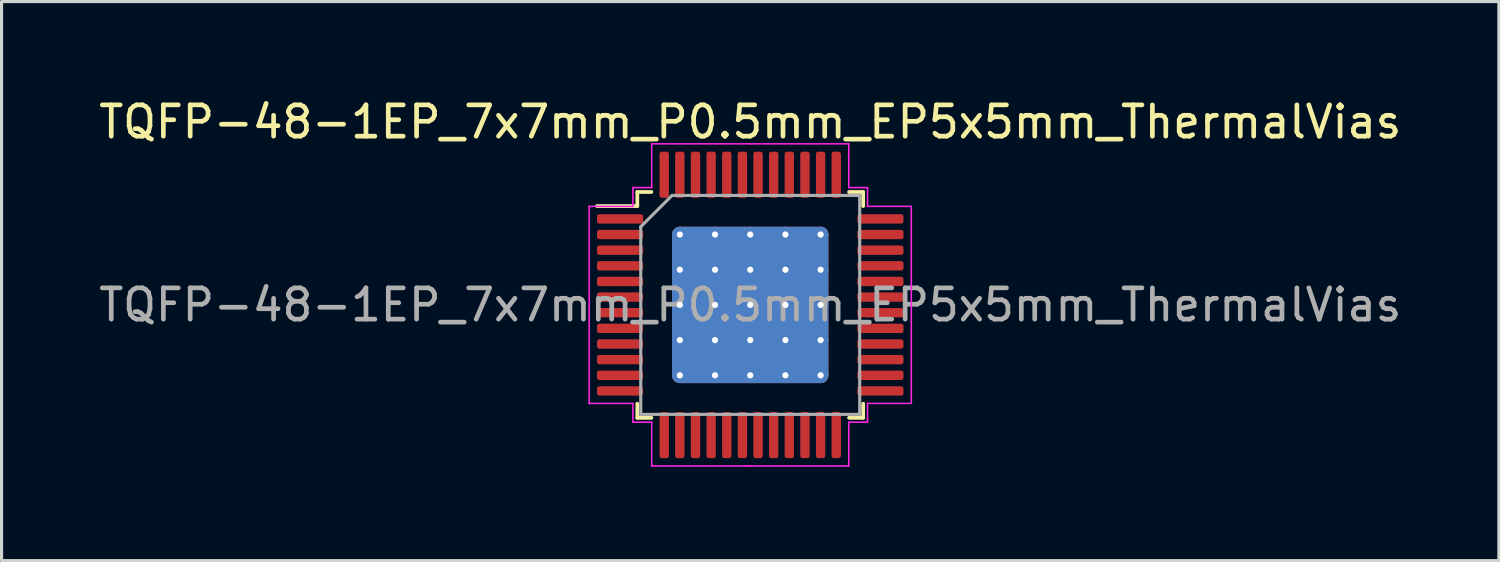
<source format=kicad_pcb>
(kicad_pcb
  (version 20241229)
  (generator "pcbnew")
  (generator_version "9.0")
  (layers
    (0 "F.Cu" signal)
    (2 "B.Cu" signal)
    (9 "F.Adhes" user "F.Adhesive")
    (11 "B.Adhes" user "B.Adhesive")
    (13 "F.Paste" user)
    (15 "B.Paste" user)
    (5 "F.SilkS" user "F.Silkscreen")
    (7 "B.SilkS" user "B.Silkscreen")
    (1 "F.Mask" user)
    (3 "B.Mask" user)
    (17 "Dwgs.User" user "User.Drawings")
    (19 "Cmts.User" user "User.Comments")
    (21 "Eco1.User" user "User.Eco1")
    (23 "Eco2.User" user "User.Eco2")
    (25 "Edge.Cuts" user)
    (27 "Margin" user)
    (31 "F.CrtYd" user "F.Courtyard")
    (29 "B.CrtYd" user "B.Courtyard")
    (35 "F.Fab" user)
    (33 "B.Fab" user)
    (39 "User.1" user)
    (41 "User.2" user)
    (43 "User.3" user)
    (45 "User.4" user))
  (footprint "TQFP-48-1EP_7x7mm_P0.5mm_EP5x5mm_ThermalVias"
    (layer "F.Cu")
    (at 20.935 6.698)
    (property "Reference" "TQFP-48-1EP_7x7mm_P0.5mm_EP5x5mm_ThermalVias" (at 0 -5.85 0) (layer "F.SilkS") (effects (font (size 1 1) (thickness 0.15))))
    (attr smd)
    (fp_line (start -3.61 -3.61) (end -3.61 -3.16) (stroke (width 0.12) (type solid)) (layer "F.SilkS"))
    (fp_line (start -3.61 -3.16) (end -4.9 -3.16) (stroke (width 0.12) (type solid)) (layer "F.SilkS"))
    (fp_line (start -3.61 3.61) (end -3.61 3.16) (stroke (width 0.12) (type solid)) (layer "F.SilkS"))
    (fp_line (start -3.16 -3.61) (end -3.61 -3.61) (stroke (width 0.12) (type solid)) (layer "F.SilkS"))
    (fp_line (start -3.16 3.61) (end -3.61 3.61) (stroke (width 0.12) (type solid)) (layer "F.SilkS"))
    (fp_line (start 3.16 -3.61) (end 3.61 -3.61) (stroke (width 0.12) (type solid)) (layer "F.SilkS"))
    (fp_line (start 3.16 3.61) (end 3.61 3.61) (stroke (width 0.12) (type solid)) (layer "F.SilkS"))
    (fp_line (start 3.61 -3.61) (end 3.61 -3.16) (stroke (width 0.12) (type solid)) (layer "F.SilkS"))
    (fp_line (start 3.61 3.61) (end 3.61 3.16) (stroke (width 0.12) (type solid)) (layer "F.SilkS"))
    (fp_line (start -5.15 -3.15) (end -5.15 0) (stroke (width 0.05) (type solid)) (layer "F.CrtYd"))
    (fp_line (start -5.15 3.15) (end -5.15 0) (stroke (width 0.05) (type solid)) (layer "F.CrtYd"))
    (fp_line (start -3.75 -3.75) (end -3.75 -3.15) (stroke (width 0.05) (type solid)) (layer "F.CrtYd"))
    (fp_line (start -3.75 -3.15) (end -5.15 -3.15) (stroke (width 0.05) (type solid)) (layer "F.CrtYd"))
    (fp_line (start -3.75 3.15) (end -5.15 3.15) (stroke (width 0.05) (type solid)) (layer "F.CrtYd"))
    (fp_line (start -3.75 3.75) (end -3.75 3.15) (stroke (width 0.05) (type solid)) (layer "F.CrtYd"))
    (fp_line (start -3.15 -5.15) (end -3.15 -3.75) (stroke (width 0.05) (type solid)) (layer "F.CrtYd"))
    (fp_line (start -3.15 -3.75) (end -3.75 -3.75) (stroke (width 0.05) (type solid)) (layer "F.CrtYd"))
    (fp_line (start -3.15 3.75) (end -3.75 3.75) (stroke (width 0.05) (type solid)) (layer "F.CrtYd"))
    (fp_line (start -3.15 5.15) (end -3.15 3.75) (stroke (width 0.05) (type solid)) (layer "F.CrtYd"))
    (fp_line (start 0 -5.15) (end -3.15 -5.15) (stroke (width 0.05) (type solid)) (layer "F.CrtYd"))
    (fp_line (start 0 -5.15) (end 3.15 -5.15) (stroke (width 0.05) (type solid)) (layer "F.CrtYd"))
    (fp_line (start 0 5.15) (end -3.15 5.15) (stroke (width 0.05) (type solid)) (layer "F.CrtYd"))
    (fp_line (start 0 5.15) (end 3.15 5.15) (stroke (width 0.05) (type solid)) (layer "F.CrtYd"))
    (fp_line (start 3.15 -5.15) (end 3.15 -3.75) (stroke (width 0.05) (type solid)) (layer "F.CrtYd"))
    (fp_line (start 3.15 -3.75) (end 3.75 -3.75) (stroke (width 0.05) (type solid)) (layer "F.CrtYd"))
    (fp_line (start 3.15 3.75) (end 3.75 3.75) (stroke (width 0.05) (type solid)) (layer "F.CrtYd"))
    (fp_line (start 3.15 5.15) (end 3.15 3.75) (stroke (width 0.05) (type solid)) (layer "F.CrtYd"))
    (fp_line (start 3.75 -3.75) (end 3.75 -3.15) (stroke (width 0.05) (type solid)) (layer "F.CrtYd"))
    (fp_line (start 3.75 -3.15) (end 5.15 -3.15) (stroke (width 0.05) (type solid)) (layer "F.CrtYd"))
    (fp_line (start 3.75 3.15) (end 5.15 3.15) (stroke (width 0.05) (type solid)) (layer "F.CrtYd"))
    (fp_line (start 3.75 3.75) (end 3.75 3.15) (stroke (width 0.05) (type solid)) (layer "F.CrtYd"))
    (fp_line (start 5.15 -3.15) (end 5.15 0) (stroke (width 0.05) (type solid)) (layer "F.CrtYd"))
    (fp_line (start 5.15 3.15) (end 5.15 0) (stroke (width 0.05) (type solid)) (layer "F.CrtYd"))
    (fp_line (start -3.5 -2.5) (end -2.5 -3.5) (stroke (width 0.1) (type solid)) (layer "F.Fab"))
    (fp_line (start -3.5 3.5) (end -3.5 -2.5) (stroke (width 0.1) (type solid)) (layer "F.Fab"))
    (fp_line (start -2.5 -3.5) (end 3.5 -3.5) (stroke (width 0.1) (type solid)) (layer "F.Fab"))
    (fp_line (start 3.5 -3.5) (end 3.5 3.5) (stroke (width 0.1) (type solid)) (layer "F.Fab"))
    (fp_line (start 3.5 3.5) (end -3.5 3.5) (stroke (width 0.1) (type solid)) (layer "F.Fab"))
    (fp_text user "${REFERENCE}" (at 0 0 0) (layer "F.Fab") (effects (font (size 1 1) (thickness 0.15))))
    (pad "" smd custom (at -1.688 -1.688) (size 0.891 0.891) (layers "F.Paste") (options (anchor circle)) (primitives (gr_poly (pts (xy -0.504 -0.338) (xy -0.338 -0.504) (xy 0.338 -0.504) (xy 0.504 -0.338) (xy 0.504 0.338) (xy 0.338 0.504) (xy -0.338 0.504) (xy -0.504 0.338)) (width 0) (fill yes))))
    (pad "" smd custom (at -1.688 -0.562) (size 0.891 0.891) (layers "F.Paste") (options (anchor circle)) (primitives (gr_poly (pts (xy -0.504 -0.338) (xy -0.338 -0.504) (xy 0.338 -0.504) (xy 0.504 -0.338) (xy 0.504 0.338) (xy 0.338 0.504) (xy -0.338 0.504) (xy -0.504 0.338)) (width 0) (fill yes))))
    (pad "" smd custom (at -1.688 0.562) (size 0.891 0.891) (layers "F.Paste") (options (anchor circle)) (primitives (gr_poly (pts (xy -0.504 -0.338) (xy -0.338 -0.504) (xy 0.338 -0.504) (xy 0.504 -0.338) (xy 0.504 0.338) (xy 0.338 0.504) (xy -0.338 0.504) (xy -0.504 0.338)) (width 0) (fill yes))))
    (pad "" smd custom (at -1.688 1.688) (size 0.891 0.891) (layers "F.Paste") (options (anchor circle)) (primitives (gr_poly (pts (xy -0.504 -0.338) (xy -0.338 -0.504) (xy 0.338 -0.504) (xy 0.504 -0.338) (xy 0.504 0.338) (xy 0.338 0.504) (xy -0.338 0.504) (xy -0.504 0.338)) (width 0) (fill yes))))
    (pad "" smd custom (at -0.562 -1.688) (size 0.891 0.891) (layers "F.Paste") (options (anchor circle)) (primitives (gr_poly (pts (xy -0.504 -0.338) (xy -0.338 -0.504) (xy 0.338 -0.504) (xy 0.504 -0.338) (xy 0.504 0.338) (xy 0.338 0.504) (xy -0.338 0.504) (xy -0.504 0.338)) (width 0) (fill yes))))
    (pad "" smd custom (at -0.562 -0.562) (size 0.891 0.891) (layers "F.Paste") (options (anchor circle)) (primitives (gr_poly (pts (xy -0.504 -0.338) (xy -0.338 -0.504) (xy 0.338 -0.504) (xy 0.504 -0.338) (xy 0.504 0.338) (xy 0.338 0.504) (xy -0.338 0.504) (xy -0.504 0.338)) (width 0) (fill yes))))
    (pad "" smd custom (at -0.562 0.562) (size 0.891 0.891) (layers "F.Paste") (options (anchor circle)) (primitives (gr_poly (pts (xy -0.504 -0.338) (xy -0.338 -0.504) (xy 0.338 -0.504) (xy 0.504 -0.338) (xy 0.504 0.338) (xy 0.338 0.504) (xy -0.338 0.504) (xy -0.504 0.338)) (width 0) (fill yes))))
    (pad "" smd custom (at -0.562 1.688) (size 0.891 0.891) (layers "F.Paste") (options (anchor circle)) (primitives (gr_poly (pts (xy -0.504 -0.338) (xy -0.338 -0.504) (xy 0.338 -0.504) (xy 0.504 -0.338) (xy 0.504 0.338) (xy 0.338 0.504) (xy -0.338 0.504) (xy -0.504 0.338)) (width 0) (fill yes))))
    (pad "" smd custom (at 0.562 -1.688) (size 0.891 0.891) (layers "F.Paste") (options (anchor circle)) (primitives (gr_poly (pts (xy -0.504 -0.338) (xy -0.338 -0.504) (xy 0.338 -0.504) (xy 0.504 -0.338) (xy 0.504 0.338) (xy 0.338 0.504) (xy -0.338 0.504) (xy -0.504 0.338)) (width 0) (fill yes))))
    (pad "" smd custom (at 0.562 -0.562) (size 0.891 0.891) (layers "F.Paste") (options (anchor circle)) (primitives (gr_poly (pts (xy -0.504 -0.338) (xy -0.338 -0.504) (xy 0.338 -0.504) (xy 0.504 -0.338) (xy 0.504 0.338) (xy 0.338 0.504) (xy -0.338 0.504) (xy -0.504 0.338)) (width 0) (fill yes))))
    (pad "" smd custom (at 0.562 0.562) (size 0.891 0.891) (layers "F.Paste") (options (anchor circle)) (primitives (gr_poly (pts (xy -0.504 -0.338) (xy -0.338 -0.504) (xy 0.338 -0.504) (xy 0.504 -0.338) (xy 0.504 0.338) (xy 0.338 0.504) (xy -0.338 0.504) (xy -0.504 0.338)) (width 0) (fill yes))))
    (pad "" smd custom (at 0.562 1.688) (size 0.891 0.891) (layers "F.Paste") (options (anchor circle)) (primitives (gr_poly (pts (xy -0.504 -0.338) (xy -0.338 -0.504) (xy 0.338 -0.504) (xy 0.504 -0.338) (xy 0.504 0.338) (xy 0.338 0.504) (xy -0.338 0.504) (xy -0.504 0.338)) (width 0) (fill yes))))
    (pad "" smd custom (at 1.688 -1.688) (size 0.891 0.891) (layers "F.Paste") (options (anchor circle)) (primitives (gr_poly (pts (xy -0.504 -0.338) (xy -0.338 -0.504) (xy 0.338 -0.504) (xy 0.504 -0.338) (xy 0.504 0.338) (xy 0.338 0.504) (xy -0.338 0.504) (xy -0.504 0.338)) (width 0) (fill yes))))
    (pad "" smd custom (at 1.688 -0.562) (size 0.891 0.891) (layers "F.Paste") (options (anchor circle)) (primitives (gr_poly (pts (xy -0.504 -0.338) (xy -0.338 -0.504) (xy 0.338 -0.504) (xy 0.504 -0.338) (xy 0.504 0.338) (xy 0.338 0.504) (xy -0.338 0.504) (xy -0.504 0.338)) (width 0) (fill yes))))
    (pad "" smd custom (at 1.688 0.562) (size 0.891 0.891) (layers "F.Paste") (options (anchor circle)) (primitives (gr_poly (pts (xy -0.504 -0.338) (xy -0.338 -0.504) (xy 0.338 -0.504) (xy 0.504 -0.338) (xy 0.504 0.338) (xy 0.338 0.504) (xy -0.338 0.504) (xy -0.504 0.338)) (width 0) (fill yes))))
    (pad "" smd custom (at 1.688 1.688) (size 0.891 0.891) (layers "F.Paste") (options (anchor circle)) (primitives (gr_poly (pts (xy -0.504 -0.338) (xy -0.338 -0.504) (xy 0.338 -0.504) (xy 0.504 -0.338) (xy 0.504 0.338) (xy 0.338 0.504) (xy -0.338 0.504) (xy -0.504 0.338)) (width 0) (fill yes))))
    (pad "1" smd roundrect (at -4.162 -2.75) (size 1.475 0.3) (layers "F.Cu" "F.Mask" "F.Paste") (roundrect_rratio 0.25))
    (pad "2" smd roundrect (at -4.162 -2.25) (size 1.475 0.3) (layers "F.Cu" "F.Mask" "F.Paste") (roundrect_rratio 0.25))
    (pad "3" smd roundrect (at -4.162 -1.75) (size 1.475 0.3) (layers "F.Cu" "F.Mask" "F.Paste") (roundrect_rratio 0.25))
    (pad "4" smd roundrect (at -4.162 -1.25) (size 1.475 0.3) (layers "F.Cu" "F.Mask" "F.Paste") (roundrect_rratio 0.25))
    (pad "5" smd roundrect (at -4.162 -0.75) (size 1.475 0.3) (layers "F.Cu" "F.Mask" "F.Paste") (roundrect_rratio 0.25))
    (pad "6" smd roundrect (at -4.162 -0.25) (size 1.475 0.3) (layers "F.Cu" "F.Mask" "F.Paste") (roundrect_rratio 0.25))
    (pad "7" smd roundrect (at -4.162 0.25) (size 1.475 0.3) (layers "F.Cu" "F.Mask" "F.Paste") (roundrect_rratio 0.25))
    (pad "8" smd roundrect (at -4.162 0.75) (size 1.475 0.3) (layers "F.Cu" "F.Mask" "F.Paste") (roundrect_rratio 0.25))
    (pad "9" smd roundrect (at -4.162 1.25) (size 1.475 0.3) (layers "F.Cu" "F.Mask" "F.Paste") (roundrect_rratio 0.25))
    (pad "10" smd roundrect (at -4.162 1.75) (size 1.475 0.3) (layers "F.Cu" "F.Mask" "F.Paste") (roundrect_rratio 0.25))
    (pad "11" smd roundrect (at -4.162 2.25) (size 1.475 0.3) (layers "F.Cu" "F.Mask" "F.Paste") (roundrect_rratio 0.25))
    (pad "12" smd roundrect (at -4.162 2.75) (size 1.475 0.3) (layers "F.Cu" "F.Mask" "F.Paste") (roundrect_rratio 0.25))
    (pad "13" smd roundrect (at -2.75 4.162) (size 0.3 1.475) (layers "F.Cu" "F.Mask" "F.Paste") (roundrect_rratio 0.25))
    (pad "14" smd roundrect (at -2.25 4.162) (size 0.3 1.475) (layers "F.Cu" "F.Mask" "F.Paste") (roundrect_rratio 0.25))
    (pad "15" smd roundrect (at -1.75 4.162) (size 0.3 1.475) (layers "F.Cu" "F.Mask" "F.Paste") (roundrect_rratio 0.25))
    (pad "16" smd roundrect (at -1.25 4.162) (size 0.3 1.475) (layers "F.Cu" "F.Mask" "F.Paste") (roundrect_rratio 0.25))
    (pad "17" smd roundrect (at -0.75 4.162) (size 0.3 1.475) (layers "F.Cu" "F.Mask" "F.Paste") (roundrect_rratio 0.25))
    (pad "18" smd roundrect (at -0.25 4.162) (size 0.3 1.475) (layers "F.Cu" "F.Mask" "F.Paste") (roundrect_rratio 0.25))
    (pad "19" smd roundrect (at 0.25 4.162) (size 0.3 1.475) (layers "F.Cu" "F.Mask" "F.Paste") (roundrect_rratio 0.25))
    (pad "20" smd roundrect (at 0.75 4.162) (size 0.3 1.475) (layers "F.Cu" "F.Mask" "F.Paste") (roundrect_rratio 0.25))
    (pad "21" smd roundrect (at 1.25 4.162) (size 0.3 1.475) (layers "F.Cu" "F.Mask" "F.Paste") (roundrect_rratio 0.25))
    (pad "22" smd roundrect (at 1.75 4.162) (size 0.3 1.475) (layers "F.Cu" "F.Mask" "F.Paste") (roundrect_rratio 0.25))
    (pad "23" smd roundrect (at 2.25 4.162) (size 0.3 1.475) (layers "F.Cu" "F.Mask" "F.Paste") (roundrect_rratio 0.25))
    (pad "24" smd roundrect (at 2.75 4.162) (size 0.3 1.475) (layers "F.Cu" "F.Mask" "F.Paste") (roundrect_rratio 0.25))
    (pad "25" smd roundrect (at 4.162 2.75) (size 1.475 0.3) (layers "F.Cu" "F.Mask" "F.Paste") (roundrect_rratio 0.25))
    (pad "26" smd roundrect (at 4.162 2.25) (size 1.475 0.3) (layers "F.Cu" "F.Mask" "F.Paste") (roundrect_rratio 0.25))
    (pad "27" smd roundrect (at 4.162 1.75) (size 1.475 0.3) (layers "F.Cu" "F.Mask" "F.Paste") (roundrect_rratio 0.25))
    (pad "28" smd roundrect (at 4.162 1.25) (size 1.475 0.3) (layers "F.Cu" "F.Mask" "F.Paste") (roundrect_rratio 0.25))
    (pad "29" smd roundrect (at 4.162 0.75) (size 1.475 0.3) (layers "F.Cu" "F.Mask" "F.Paste") (roundrect_rratio 0.25))
    (pad "30" smd roundrect (at 4.162 0.25) (size 1.475 0.3) (layers "F.Cu" "F.Mask" "F.Paste") (roundrect_rratio 0.25))
    (pad "31" smd roundrect (at 4.162 -0.25) (size 1.475 0.3) (layers "F.Cu" "F.Mask" "F.Paste") (roundrect_rratio 0.25))
    (pad "32" smd roundrect (at 4.162 -0.75) (size 1.475 0.3) (layers "F.Cu" "F.Mask" "F.Paste") (roundrect_rratio 0.25))
    (pad "33" smd roundrect (at 4.162 -1.25) (size 1.475 0.3) (layers "F.Cu" "F.Mask" "F.Paste") (roundrect_rratio 0.25))
    (pad "34" smd roundrect (at 4.162 -1.75) (size 1.475 0.3) (layers "F.Cu" "F.Mask" "F.Paste") (roundrect_rratio 0.25))
    (pad "35" smd roundrect (at 4.162 -2.25) (size 1.475 0.3) (layers "F.Cu" "F.Mask" "F.Paste") (roundrect_rratio 0.25))
    (pad "36" smd roundrect (at 4.162 -2.75) (size 1.475 0.3) (layers "F.Cu" "F.Mask" "F.Paste") (roundrect_rratio 0.25))
    (pad "37" smd roundrect (at 2.75 -4.162) (size 0.3 1.475) (layers "F.Cu" "F.Mask" "F.Paste") (roundrect_rratio 0.25))
    (pad "38" smd roundrect (at 2.25 -4.162) (size 0.3 1.475) (layers "F.Cu" "F.Mask" "F.Paste") (roundrect_rratio 0.25))
    (pad "39" smd roundrect (at 1.75 -4.162) (size 0.3 1.475) (layers "F.Cu" "F.Mask" "F.Paste") (roundrect_rratio 0.25))
    (pad "40" smd roundrect (at 1.25 -4.162) (size 0.3 1.475) (layers "F.Cu" "F.Mask" "F.Paste") (roundrect_rratio 0.25))
    (pad "41" smd roundrect (at 0.75 -4.162) (size 0.3 1.475) (layers "F.Cu" "F.Mask" "F.Paste") (roundrect_rratio 0.25))
    (pad "42" smd roundrect (at 0.25 -4.162) (size 0.3 1.475) (layers "F.Cu" "F.Mask" "F.Paste") (roundrect_rratio 0.25))
    (pad "43" smd roundrect (at -0.25 -4.162) (size 0.3 1.475) (layers "F.Cu" "F.Mask" "F.Paste") (roundrect_rratio 0.25))
    (pad "44" smd roundrect (at -0.75 -4.162) (size 0.3 1.475) (layers "F.Cu" "F.Mask" "F.Paste") (roundrect_rratio 0.25))
    (pad "45" smd roundrect (at -1.25 -4.162) (size 0.3 1.475) (layers "F.Cu" "F.Mask" "F.Paste") (roundrect_rratio 0.25))
    (pad "46" smd roundrect (at -1.75 -4.162) (size 0.3 1.475) (layers "F.Cu" "F.Mask" "F.Paste") (roundrect_rratio 0.25))
    (pad "47" smd roundrect (at -2.25 -4.162) (size 0.3 1.475) (layers "F.Cu" "F.Mask" "F.Paste") (roundrect_rratio 0.25))
    (pad "48" smd roundrect (at -2.75 -4.162) (size 0.3 1.475) (layers "F.Cu" "F.Mask" "F.Paste") (roundrect_rratio 0.25))
    (pad "49" thru_hole circle (at -2.25 -2.25) (size 0.5 0.5) (drill 0.2) (layers "*.Cu"))
    (pad "49" thru_hole circle (at -2.25 -1.125) (size 0.5 0.5) (drill 0.2) (layers "*.Cu"))
    (pad "49" thru_hole circle (at -2.25 0) (size 0.5 0.5) (drill 0.2) (layers "*.Cu"))
    (pad "49" thru_hole circle (at -2.25 1.125) (size 0.5 0.5) (drill 0.2) (layers "*.Cu"))
    (pad "49" thru_hole circle (at -2.25 2.25) (size 0.5 0.5) (drill 0.2) (layers "*.Cu"))
    (pad "49" thru_hole circle (at -1.125 -2.25) (size 0.5 0.5) (drill 0.2) (layers "*.Cu"))
    (pad "49" thru_hole circle (at -1.125 -1.125) (size 0.5 0.5) (drill 0.2) (layers "*.Cu"))
    (pad "49" thru_hole circle (at -1.125 0) (size 0.5 0.5) (drill 0.2) (layers "*.Cu"))
    (pad "49" thru_hole circle (at -1.125 1.125) (size 0.5 0.5) (drill 0.2) (layers "*.Cu"))
    (pad "49" thru_hole circle (at -1.125 2.25) (size 0.5 0.5) (drill 0.2) (layers "*.Cu"))
    (pad "49" thru_hole circle (at 0 -2.25) (size 0.5 0.5) (drill 0.2) (layers "*.Cu"))
    (pad "49" thru_hole circle (at 0 -1.125) (size 0.5 0.5) (drill 0.2) (layers "*.Cu"))
    (pad "49" thru_hole circle (at 0 0) (size 0.5 0.5) (drill 0.2) (layers "*.Cu"))
    (pad "49" smd roundrect (at 0 0) (size 5 5) (layers "F.Cu" "F.Mask") (roundrect_rratio 0.05))
    (pad "49" smd roundrect (at 0 0) (size 5 5) (layers "B.Cu") (roundrect_rratio 0.05))
    (pad "49" thru_hole circle (at 0 1.125) (size 0.5 0.5) (drill 0.2) (layers "*.Cu"))
    (pad "49" thru_hole circle (at 0 2.25) (size 0.5 0.5) (drill 0.2) (layers "*.Cu"))
    (pad "49" thru_hole circle (at 1.125 -2.25) (size 0.5 0.5) (drill 0.2) (layers "*.Cu"))
    (pad "49" thru_hole circle (at 1.125 -1.125) (size 0.5 0.5) (drill 0.2) (layers "*.Cu"))
    (pad "49" thru_hole circle (at 1.125 0) (size 0.5 0.5) (drill 0.2) (layers "*.Cu"))
    (pad "49" thru_hole circle (at 1.125 1.125) (size 0.5 0.5) (drill 0.2) (layers "*.Cu"))
    (pad "49" thru_hole circle (at 1.125 2.25) (size 0.5 0.5) (drill 0.2) (layers "*.Cu"))
    (pad "49" thru_hole circle (at 2.25 -2.25) (size 0.5 0.5) (drill 0.2) (layers "*.Cu"))
    (pad "49" thru_hole circle (at 2.25 -1.125) (size 0.5 0.5) (drill 0.2) (layers "*.Cu"))
    (pad "49" thru_hole circle (at 2.25 0) (size 0.5 0.5) (drill 0.2) (layers "*.Cu"))
    (pad "49" thru_hole circle (at 2.25 1.125) (size 0.5 0.5) (drill 0.2) (layers "*.Cu"))
    (pad "49" thru_hole circle (at 2.25 2.25) (size 0.5 0.5) (drill 0.2) (layers "*.Cu")))
  (gr_rect
    (start -3 -3)
    (end 44.869 14.873)
    (stroke (width 0.1) (type default))
    (fill no)
    (layer "Edge.Cuts")))
</source>
